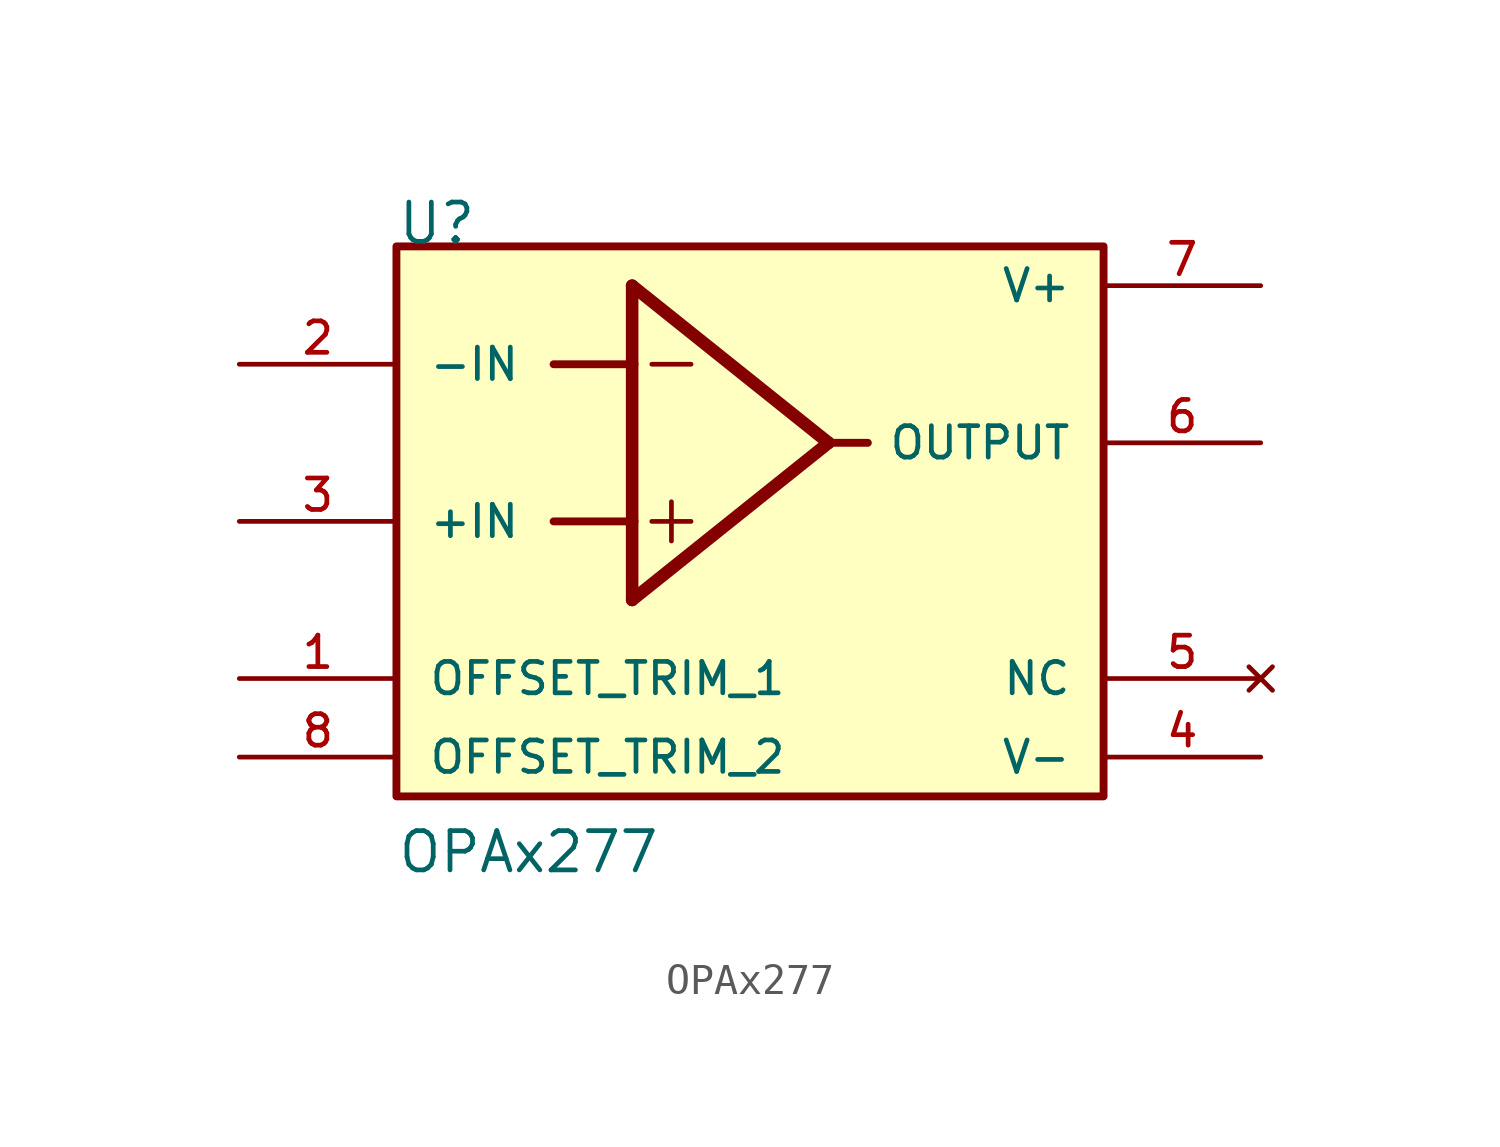
<source format=kicad_sym>
(kicad_symbol_lib
  (version 20211014)
  (generator kicad_symbol_editor)
  (symbol "OPAx277"
    (pin_names
      (offset 1.016))
    (property "Reference" "U"
      (at -10.16 13.97 0)
      (effects (font (size 1.27 1.27)) (justify left bottom)))
    (property "Value" "OPAx277"
      (at -10.16 -6.35 0)
      (effects (font (size 1.27 1.27)) (justify left bottom)))
    (symbol "OPAx277_0_0"
      (rectangle (start -10.16 13.97) (end 12.7 -3.81) (stroke (width 0.254) (type default) (color 0 0 0 0)) (fill (type background)))
      (polyline (pts (xy -5.08 5.08) (xy -2.54 5.08)) (stroke (width 0.254) (type default) (color 0 0 0 0)) (fill (type none)))
      (polyline (pts (xy -5.08 10.16) (xy -2.54 10.16)) (stroke (width 0.254) (type default) (color 0 0 0 0)) (fill (type none)))
      (polyline (pts (xy -2.54 2.54) (xy 3.81 7.62)) (stroke (width 0.406) (type default) (color 0 0 0 0)) (fill (type none)))
      (polyline (pts (xy -2.54 5.08) (xy -2.54 2.54)) (stroke (width 0.406) (type default) (color 0 0 0 0)) (fill (type none)))
      (polyline (pts (xy -2.54 10.16) (xy -2.54 5.08)) (stroke (width 0.406) (type default) (color 0 0 0 0)) (fill (type none)))
      (polyline (pts (xy -2.54 12.7) (xy -2.54 10.16)) (stroke (width 0.406) (type default) (color 0 0 0 0)) (fill (type none)))
      (polyline (pts (xy -1.905 5.08) (xy -0.635 5.08)) (stroke (width 0.152) (type default) (color 0 0 0 0)) (fill (type none)))
      (polyline (pts (xy -1.905 10.16) (xy -0.635 10.16)) (stroke (width 0.152) (type default) (color 0 0 0 0)) (fill (type none)))
      (polyline (pts (xy -1.27 5.715) (xy -1.27 4.445)) (stroke (width 0.152) (type default) (color 0 0 0 0)) (fill (type none)))
      (polyline (pts (xy 3.81 7.62) (xy -2.54 12.7)) (stroke (width 0.406) (type default) (color 0 0 0 0)) (fill (type none)))
      (polyline (pts (xy 3.81 7.62) (xy 5.08 7.62)) (stroke (width 0.254) (type default) (color 0 0 0 0)) (fill (type none)))
      (pin input line (at -15.24 0 0) (length 5.08) (name "OFFSET_TRIM_1" (effects (font (size 1.016 1.016)))) (number "1" (effects (font (size 1.016 1.016)))))
      (pin input line (at -15.24 10.16 0) (length 5.08) (name "-IN" (effects (font (size 1.016 1.016)))) (number "2" (effects (font (size 1.016 1.016)))))
      (pin input line (at -15.24 5.08 0) (length 5.08) (name "+IN" (effects (font (size 1.016 1.016)))) (number "3" (effects (font (size 1.016 1.016)))))
      (pin power_in line (at 17.78 -2.54 180) (length 5.08) (name "V-" (effects (font (size 1.016 1.016)))) (number "4" (effects (font (size 1.016 1.016)))))
      (pin no_connect line (at 17.78 0 180) (length 5.08) (name "NC" (effects (font (size 1.016 1.016)))) (number "5" (effects (font (size 1.016 1.016)))))
      (pin output line (at 17.78 7.62 180) (length 5.08) (name "OUTPUT" (effects (font (size 1.016 1.016)))) (number "6" (effects (font (size 1.016 1.016)))))
      (pin power_in line (at 17.78 12.7 180) (length 5.08) (name "V+" (effects (font (size 1.016 1.016)))) (number "7" (effects (font (size 1.016 1.016)))))
      (pin input line (at -15.24 -2.54 0) (length 5.08) (name "OFFSET_TRIM_2" (effects (font (size 1.016 1.016)))) (number "8" (effects (font (size 1.016 1.016))))))))
</source>
